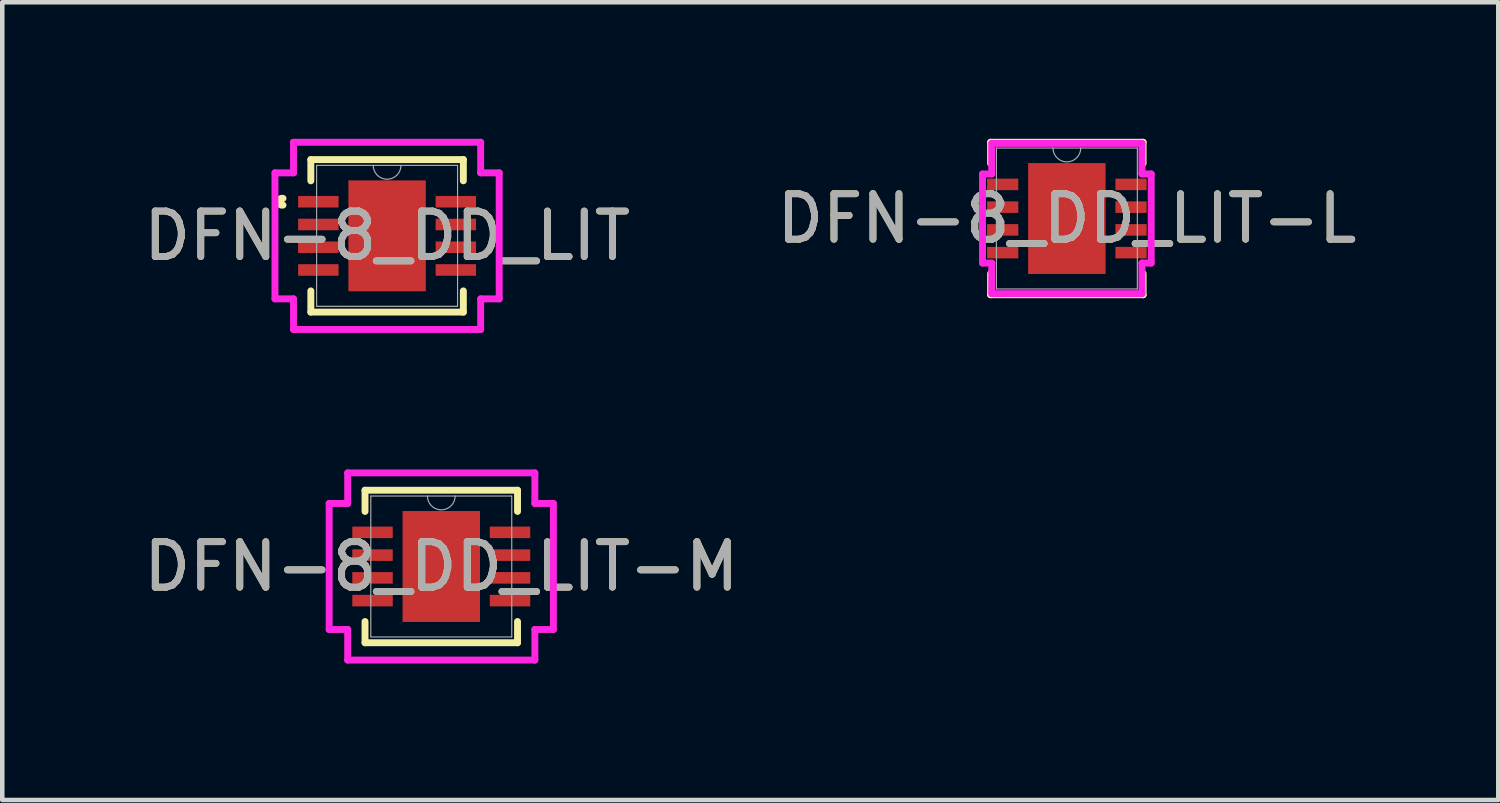
<source format=kicad_pcb>
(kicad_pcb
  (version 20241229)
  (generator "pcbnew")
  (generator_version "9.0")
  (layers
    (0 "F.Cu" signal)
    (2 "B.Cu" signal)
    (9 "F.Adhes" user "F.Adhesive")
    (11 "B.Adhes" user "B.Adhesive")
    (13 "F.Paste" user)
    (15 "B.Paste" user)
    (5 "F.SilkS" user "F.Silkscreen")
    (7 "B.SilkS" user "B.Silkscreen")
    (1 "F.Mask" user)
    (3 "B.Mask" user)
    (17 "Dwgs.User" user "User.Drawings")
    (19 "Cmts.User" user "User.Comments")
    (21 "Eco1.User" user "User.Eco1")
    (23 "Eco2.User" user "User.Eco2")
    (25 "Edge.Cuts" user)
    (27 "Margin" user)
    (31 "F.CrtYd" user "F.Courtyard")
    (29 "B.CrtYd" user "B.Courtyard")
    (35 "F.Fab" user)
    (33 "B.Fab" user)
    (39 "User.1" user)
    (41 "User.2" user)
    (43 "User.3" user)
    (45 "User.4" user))
  (footprint "DFN-8_DD_LIT-M"
    (layer "F.Cu")
    (at 6.649 9.401)
    (property "Reference" "DFN-8_DD_LIT-M" (at 0 0 0) (unlocked yes) (layer "F.SilkS") (effects (font (size 1 1) (thickness 0.15))))
    (attr smd)
    (fp_line (start -1.676 -1.676) (end -1.676 -1.21) (stroke (width 0.152) (type solid)) (layer "F.SilkS"))
    (fp_line (start -1.676 1.21) (end -1.676 1.676) (stroke (width 0.152) (type solid)) (layer "F.SilkS"))
    (fp_line (start -1.676 1.676) (end 1.676 1.676) (stroke (width 0.152) (type solid)) (layer "F.SilkS"))
    (fp_line (start 1.676 -1.676) (end -1.676 -1.676) (stroke (width 0.152) (type solid)) (layer "F.SilkS"))
    (fp_line (start 1.676 -1.21) (end 1.676 -1.676) (stroke (width 0.152) (type solid)) (layer "F.SilkS"))
    (fp_line (start 1.676 1.676) (end 1.676 1.21) (stroke (width 0.152) (type solid)) (layer "F.SilkS"))
    (fp_line (start -2.464 -1.385) (end -2.057 -1.385) (stroke (width 0.152) (type solid)) (layer "F.CrtYd"))
    (fp_line (start -2.464 1.385) (end -2.464 -1.385) (stroke (width 0.152) (type solid)) (layer "F.CrtYd"))
    (fp_line (start -2.464 1.385) (end -2.057 1.385) (stroke (width 0.152) (type solid)) (layer "F.CrtYd"))
    (fp_line (start -2.057 -2.057) (end 2.057 -2.057) (stroke (width 0.152) (type solid)) (layer "F.CrtYd"))
    (fp_line (start -2.057 -1.385) (end -2.057 -2.057) (stroke (width 0.152) (type solid)) (layer "F.CrtYd"))
    (fp_line (start -2.057 2.057) (end -2.057 1.385) (stroke (width 0.152) (type solid)) (layer "F.CrtYd"))
    (fp_line (start 2.057 -2.057) (end 2.057 -1.385) (stroke (width 0.152) (type solid)) (layer "F.CrtYd"))
    (fp_line (start 2.057 1.385) (end 2.057 2.057) (stroke (width 0.152) (type solid)) (layer "F.CrtYd"))
    (fp_line (start 2.057 2.057) (end -2.057 2.057) (stroke (width 0.152) (type solid)) (layer "F.CrtYd"))
    (fp_line (start 2.464 -1.385) (end 2.057 -1.385) (stroke (width 0.152) (type solid)) (layer "F.CrtYd"))
    (fp_line (start 2.464 -1.385) (end 2.464 1.385) (stroke (width 0.152) (type solid)) (layer "F.CrtYd"))
    (fp_line (start 2.464 1.385) (end 2.057 1.385) (stroke (width 0.152) (type solid)) (layer "F.CrtYd"))
    (fp_line (start -1.549 -1.549) (end -1.549 1.549) (stroke (width 0.025) (type solid)) (layer "F.Fab"))
    (fp_line (start -1.549 1.549) (end 1.549 1.549) (stroke (width 0.025) (type solid)) (layer "F.Fab"))
    (fp_line (start 1.549 -1.549) (end -1.549 -1.549) (stroke (width 0.025) (type solid)) (layer "F.Fab"))
    (fp_line (start 1.549 1.549) (end 1.549 -1.549) (stroke (width 0.025) (type solid)) (layer "F.Fab"))
    (fp_arc (start 0.3048 -1.5494) (mid 0 -1.2446) (end -0.3048 -1.5494) (stroke (width 0.0254) (type solid)) (layer "F.Fab"))
    (fp_text user "${REFERENCE}" (at 0 0 0) (unlocked yes) (layer "F.Fab") (effects (font (size 1 1) (thickness 0.15))))
    (pad "1" smd rect (at -1.511 -0.75) (size 0.889 0.254) (layers "F.Cu" "F.Mask" "F.Paste"))
    (pad "2" smd rect (at -1.511 -0.25) (size 0.889 0.254) (layers "F.Cu" "F.Mask" "F.Paste"))
    (pad "3" smd rect (at -1.511 0.25) (size 0.889 0.254) (layers "F.Cu" "F.Mask" "F.Paste"))
    (pad "4" smd rect (at -1.511 0.75) (size 0.889 0.254) (layers "F.Cu" "F.Mask" "F.Paste"))
    (pad "5" smd rect (at 1.511 0.75) (size 0.889 0.254) (layers "F.Cu" "F.Mask" "F.Paste"))
    (pad "6" smd rect (at 1.511 0.25) (size 0.889 0.254) (layers "F.Cu" "F.Mask" "F.Paste"))
    (pad "7" smd rect (at 1.511 -0.25) (size 0.889 0.254) (layers "F.Cu" "F.Mask" "F.Paste"))
    (pad "8" smd rect (at 1.511 -0.75) (size 0.889 0.254) (layers "F.Cu" "F.Mask" "F.Paste"))
    (pad "9" smd rect (at 0 0) (size 1.702 2.438) (layers "F.Cu" "F.Mask" "F.Paste")))
  (footprint "DFN-8_DD_LIT"
    (layer "F.Cu")
    (at 5.458 2.134)
    (property "Reference" "DFN-8_DD_LIT" (at 0 0 0) (unlocked yes) (layer "F.SilkS") (effects (font (size 1 1) (thickness 0.15))))
    (attr smd)
    (fp_line (start -1.676 -1.676) (end -1.676 -1.21) (stroke (width 0.152) (type solid)) (layer "F.SilkS"))
    (fp_line (start -1.676 1.21) (end -1.676 1.676) (stroke (width 0.152) (type solid)) (layer "F.SilkS"))
    (fp_line (start -1.676 1.676) (end 1.676 1.676) (stroke (width 0.152) (type solid)) (layer "F.SilkS"))
    (fp_line (start 1.676 -1.676) (end -1.676 -1.676) (stroke (width 0.152) (type solid)) (layer "F.SilkS"))
    (fp_line (start 1.676 -1.21) (end 1.676 -1.676) (stroke (width 0.152) (type solid)) (layer "F.SilkS"))
    (fp_line (start 1.676 1.676) (end 1.676 1.21) (stroke (width 0.152) (type solid)) (layer "F.SilkS"))
    (fp_arc (start -2.28854 -0.676171) (mid -2.3836 -0.75) (end -2.28854 -0.823829) (stroke (width 0.1524) (type solid)) (layer "F.SilkS"))
    (fp_line (start -2.464 -1.385) (end -2.057 -1.385) (stroke (width 0.152) (type solid)) (layer "F.CrtYd"))
    (fp_line (start -2.464 1.385) (end -2.464 -1.385) (stroke (width 0.152) (type solid)) (layer "F.CrtYd"))
    (fp_line (start -2.464 1.385) (end -2.057 1.385) (stroke (width 0.152) (type solid)) (layer "F.CrtYd"))
    (fp_line (start -2.057 -2.057) (end 2.057 -2.057) (stroke (width 0.152) (type solid)) (layer "F.CrtYd"))
    (fp_line (start -2.057 -1.385) (end -2.057 -2.057) (stroke (width 0.152) (type solid)) (layer "F.CrtYd"))
    (fp_line (start -2.057 2.057) (end -2.057 1.385) (stroke (width 0.152) (type solid)) (layer "F.CrtYd"))
    (fp_line (start 2.057 -2.057) (end 2.057 -1.385) (stroke (width 0.152) (type solid)) (layer "F.CrtYd"))
    (fp_line (start 2.057 1.385) (end 2.057 2.057) (stroke (width 0.152) (type solid)) (layer "F.CrtYd"))
    (fp_line (start 2.057 2.057) (end -2.057 2.057) (stroke (width 0.152) (type solid)) (layer "F.CrtYd"))
    (fp_line (start 2.464 -1.385) (end 2.057 -1.385) (stroke (width 0.152) (type solid)) (layer "F.CrtYd"))
    (fp_line (start 2.464 -1.385) (end 2.464 1.385) (stroke (width 0.152) (type solid)) (layer "F.CrtYd"))
    (fp_line (start 2.464 1.385) (end 2.057 1.385) (stroke (width 0.152) (type solid)) (layer "F.CrtYd"))
    (fp_line (start -1.549 -1.549) (end -1.549 1.549) (stroke (width 0.025) (type solid)) (layer "F.Fab"))
    (fp_line (start -1.549 1.549) (end 1.549 1.549) (stroke (width 0.025) (type solid)) (layer "F.Fab"))
    (fp_line (start 1.549 -1.549) (end -1.549 -1.549) (stroke (width 0.025) (type solid)) (layer "F.Fab"))
    (fp_line (start 1.549 1.549) (end 1.549 -1.549) (stroke (width 0.025) (type solid)) (layer "F.Fab"))
    (fp_arc (start 0.3048 -1.5494) (mid 0 -1.2446) (end -0.3048 -1.5494) (stroke (width 0.0254) (type solid)) (layer "F.Fab"))
    (fp_text user "${REFERENCE}" (at 0 0 0) (unlocked yes) (layer "F.Fab") (effects (font (size 1 1) (thickness 0.15))))
    (pad "1" smd rect (at -1.511 -0.75) (size 0.889 0.254) (layers "F.Cu" "F.Mask" "F.Paste"))
    (pad "2" smd rect (at -1.511 -0.25) (size 0.889 0.254) (layers "F.Cu" "F.Mask" "F.Paste"))
    (pad "3" smd rect (at -1.511 0.25) (size 0.889 0.254) (layers "F.Cu" "F.Mask" "F.Paste"))
    (pad "4" smd rect (at -1.511 0.75) (size 0.889 0.254) (layers "F.Cu" "F.Mask" "F.Paste"))
    (pad "5" smd rect (at 1.511 0.75) (size 0.889 0.254) (layers "F.Cu" "F.Mask" "F.Paste"))
    (pad "6" smd rect (at 1.511 0.25) (size 0.889 0.254) (layers "F.Cu" "F.Mask" "F.Paste"))
    (pad "7" smd rect (at 1.511 -0.25) (size 0.889 0.254) (layers "F.Cu" "F.Mask" "F.Paste"))
    (pad "8" smd rect (at 1.511 -0.75) (size 0.889 0.254) (layers "F.Cu" "F.Mask" "F.Paste"))
    (pad "9" smd rect (at 0 0) (size 1.702 2.438) (layers "F.Cu" "F.Mask" "F.Paste")))
  (footprint "DFN-8_DD_LIT-L"
    (layer "F.Cu")
    (at 20.399 1.753)
    (property "Reference" "DFN-8_DD_LIT-L" (at 0 0 0) (unlocked yes) (layer "F.SilkS") (effects (font (size 1 1) (thickness 0.15))))
    (attr smd)
    (fp_line (start -1.676 -1.676) (end -1.676 -1.21) (stroke (width 0.152) (type solid)) (layer "F.SilkS"))
    (fp_line (start -1.676 1.21) (end -1.676 1.676) (stroke (width 0.152) (type solid)) (layer "F.SilkS"))
    (fp_line (start -1.676 1.676) (end 1.676 1.676) (stroke (width 0.152) (type solid)) (layer "F.SilkS"))
    (fp_line (start 1.676 -1.676) (end -1.676 -1.676) (stroke (width 0.152) (type solid)) (layer "F.SilkS"))
    (fp_line (start 1.676 -1.21) (end 1.676 -1.676) (stroke (width 0.152) (type solid)) (layer "F.SilkS"))
    (fp_line (start 1.676 1.676) (end 1.676 1.21) (stroke (width 0.152) (type solid)) (layer "F.SilkS"))
    (fp_line (start -1.854 -0.979) (end -1.651 -0.979) (stroke (width 0.152) (type solid)) (layer "F.CrtYd"))
    (fp_line (start -1.854 0.979) (end -1.854 -0.979) (stroke (width 0.152) (type solid)) (layer "F.CrtYd"))
    (fp_line (start -1.854 0.979) (end -1.651 0.979) (stroke (width 0.152) (type solid)) (layer "F.CrtYd"))
    (fp_line (start -1.651 -1.651) (end 1.651 -1.651) (stroke (width 0.152) (type solid)) (layer "F.CrtYd"))
    (fp_line (start -1.651 -0.979) (end -1.651 -1.651) (stroke (width 0.152) (type solid)) (layer "F.CrtYd"))
    (fp_line (start -1.651 1.651) (end -1.651 0.979) (stroke (width 0.152) (type solid)) (layer "F.CrtYd"))
    (fp_line (start 1.651 -1.651) (end 1.651 -0.979) (stroke (width 0.152) (type solid)) (layer "F.CrtYd"))
    (fp_line (start 1.651 0.979) (end 1.651 1.651) (stroke (width 0.152) (type solid)) (layer "F.CrtYd"))
    (fp_line (start 1.651 1.651) (end -1.651 1.651) (stroke (width 0.152) (type solid)) (layer "F.CrtYd"))
    (fp_line (start 1.854 -0.979) (end 1.651 -0.979) (stroke (width 0.152) (type solid)) (layer "F.CrtYd"))
    (fp_line (start 1.854 -0.979) (end 1.854 0.979) (stroke (width 0.152) (type solid)) (layer "F.CrtYd"))
    (fp_line (start 1.854 0.979) (end 1.651 0.979) (stroke (width 0.152) (type solid)) (layer "F.CrtYd"))
    (fp_line (start -1.549 -1.549) (end -1.549 1.549) (stroke (width 0.025) (type solid)) (layer "F.Fab"))
    (fp_line (start -1.549 1.549) (end 1.549 1.549) (stroke (width 0.025) (type solid)) (layer "F.Fab"))
    (fp_line (start 1.549 -1.549) (end -1.549 -1.549) (stroke (width 0.025) (type solid)) (layer "F.Fab"))
    (fp_line (start 1.549 1.549) (end 1.549 -1.549) (stroke (width 0.025) (type solid)) (layer "F.Fab"))
    (fp_arc (start 0.3048 -1.5494) (mid 0 -1.2446) (end -0.3048 -1.5494) (stroke (width 0.0254) (type solid)) (layer "F.Fab"))
    (fp_text user "${REFERENCE}" (at 0 0 0) (unlocked yes) (layer "F.Fab") (effects (font (size 1 1) (thickness 0.15))))
    (pad "1" smd rect (at -1.41 -0.75) (size 0.686 0.254) (layers "F.Cu" "F.Mask" "F.Paste"))
    (pad "2" smd rect (at -1.41 -0.25) (size 0.686 0.254) (layers "F.Cu" "F.Mask" "F.Paste"))
    (pad "3" smd rect (at -1.41 0.25) (size 0.686 0.254) (layers "F.Cu" "F.Mask" "F.Paste"))
    (pad "4" smd rect (at -1.41 0.75) (size 0.686 0.254) (layers "F.Cu" "F.Mask" "F.Paste"))
    (pad "5" smd rect (at 1.41 0.75) (size 0.686 0.254) (layers "F.Cu" "F.Mask" "F.Paste"))
    (pad "6" smd rect (at 1.41 0.25) (size 0.686 0.254) (layers "F.Cu" "F.Mask" "F.Paste"))
    (pad "7" smd rect (at 1.41 -0.25) (size 0.686 0.254) (layers "F.Cu" "F.Mask" "F.Paste"))
    (pad "8" smd rect (at 1.41 -0.75) (size 0.686 0.254) (layers "F.Cu" "F.Mask" "F.Paste"))
    (pad "9" smd rect (at 0 0) (size 1.702 2.438) (layers "F.Cu" "F.Mask" "F.Paste")))
  (gr_rect
    (start -3 -3)
    (end 29.881 14.534)
    (stroke (width 0.1) (type default))
    (fill no)
    (layer "Edge.Cuts")))
</source>
